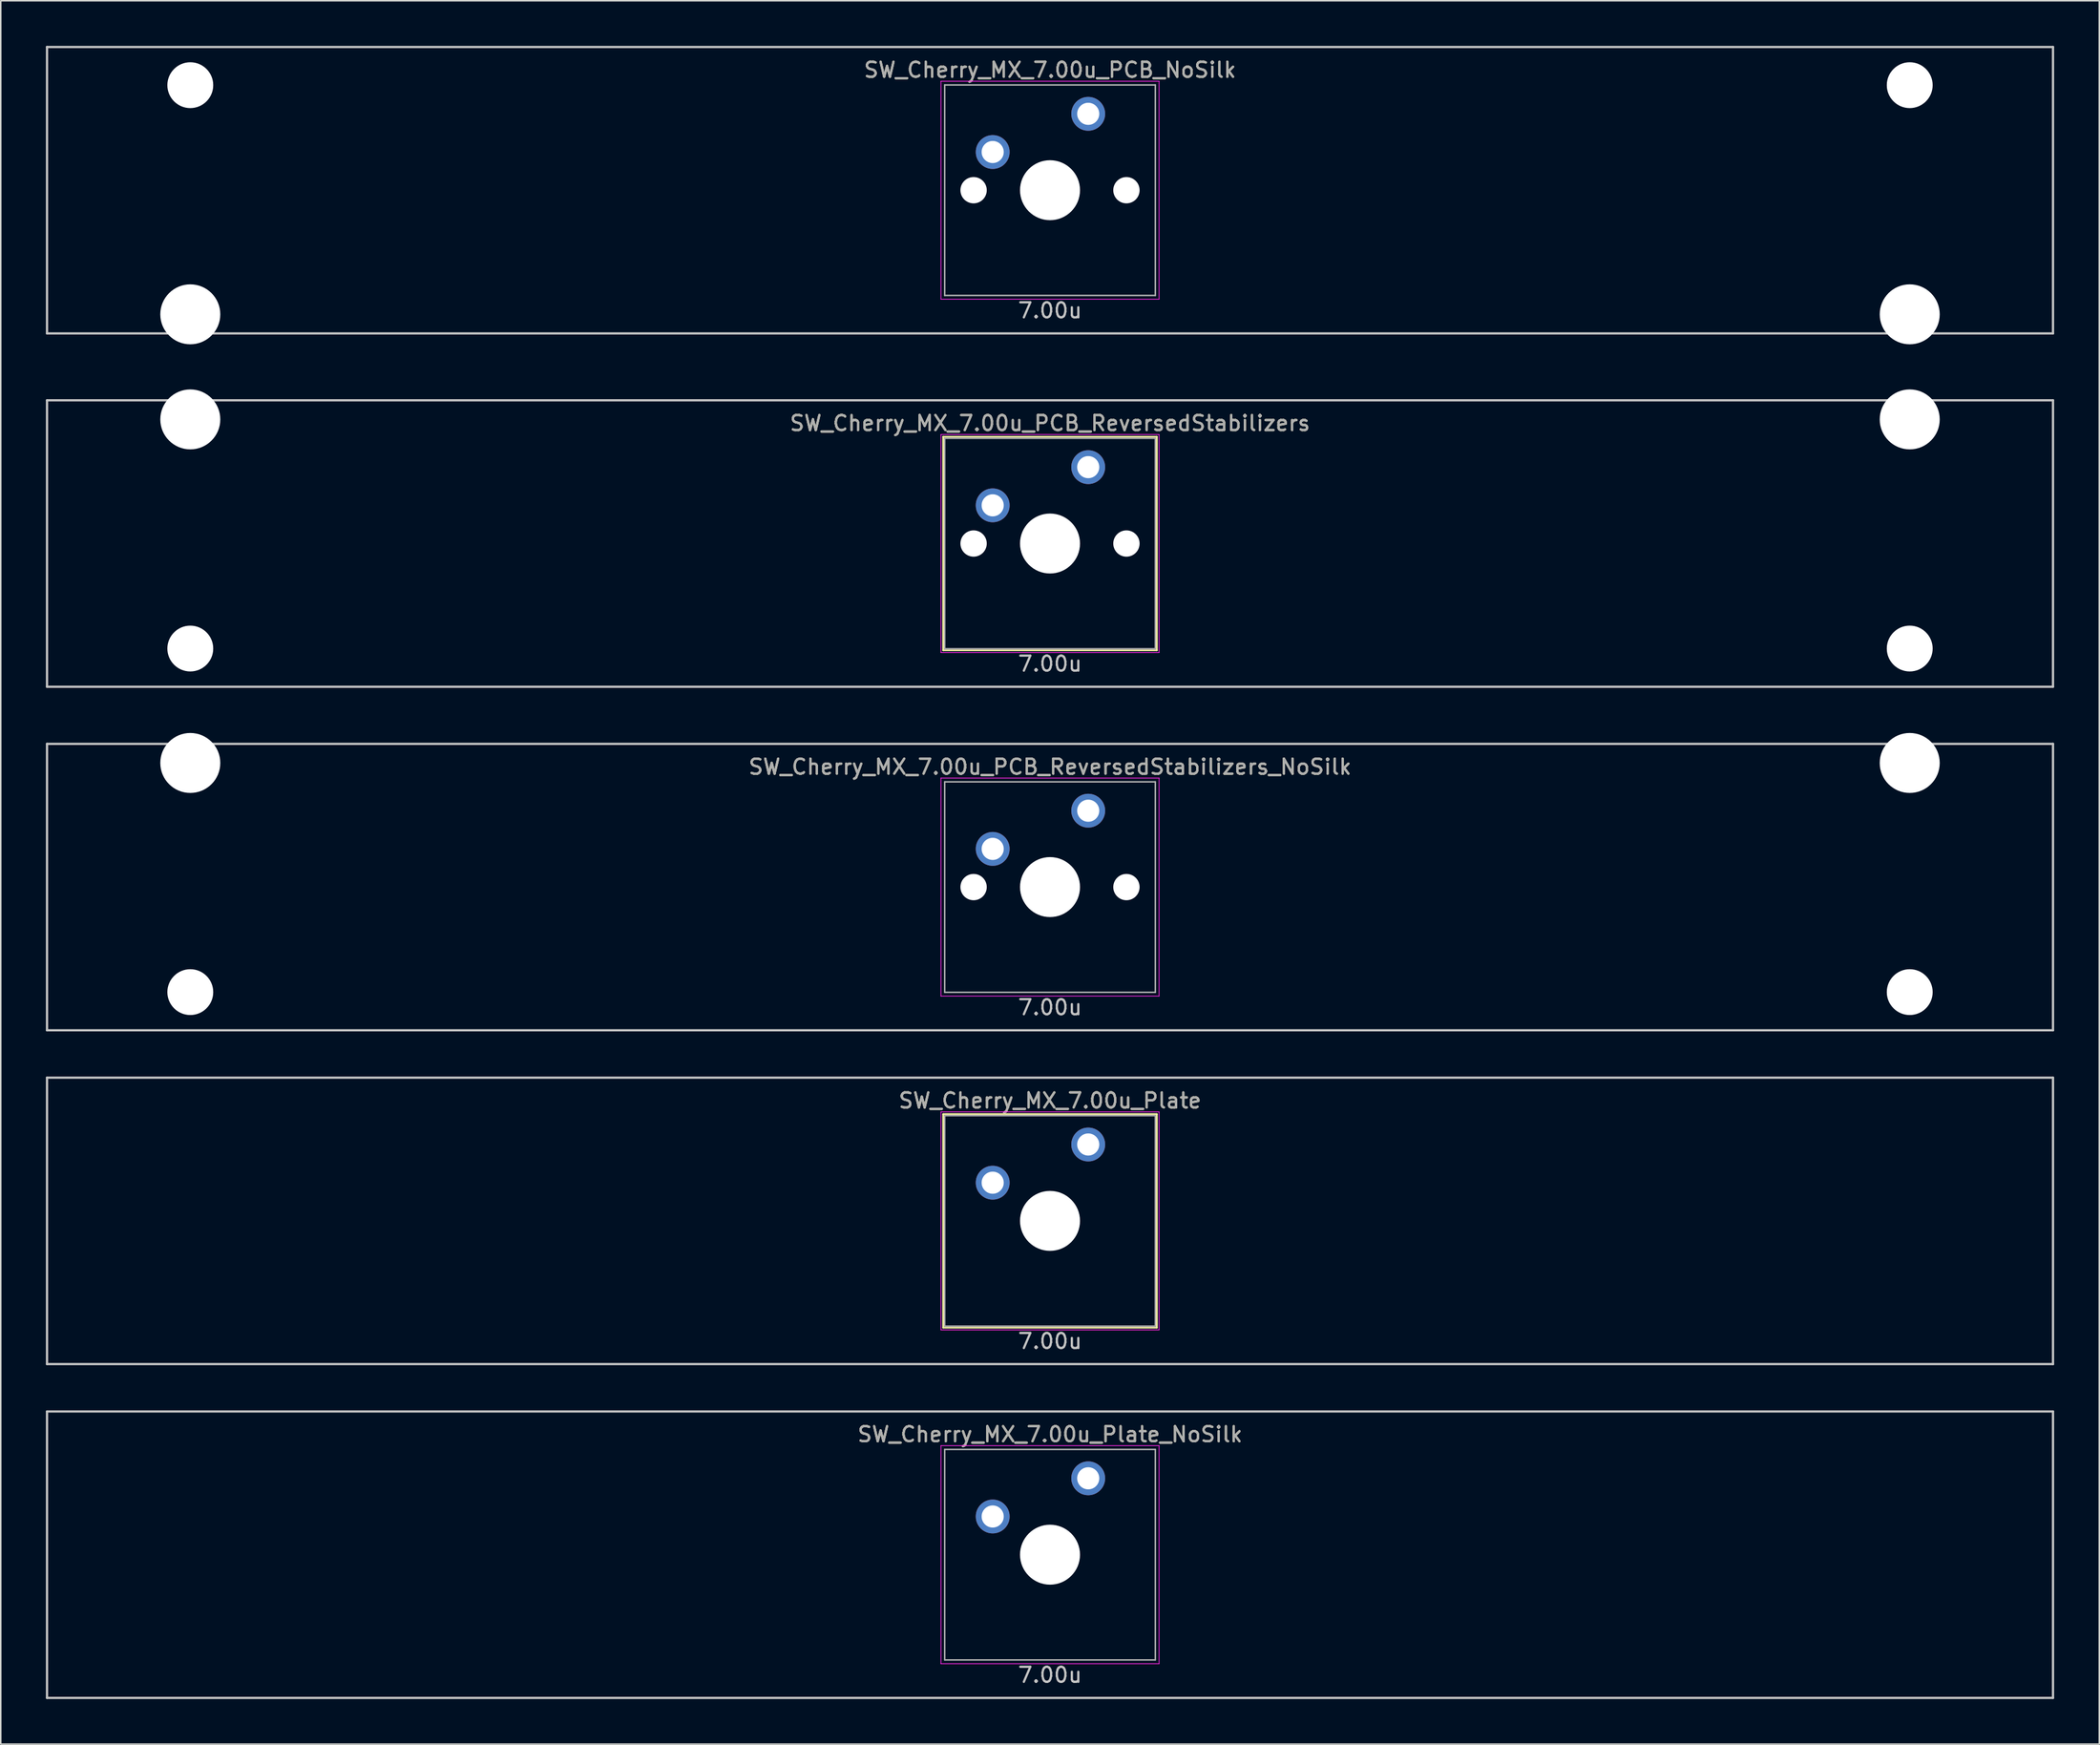
<source format=kicad_pcb>
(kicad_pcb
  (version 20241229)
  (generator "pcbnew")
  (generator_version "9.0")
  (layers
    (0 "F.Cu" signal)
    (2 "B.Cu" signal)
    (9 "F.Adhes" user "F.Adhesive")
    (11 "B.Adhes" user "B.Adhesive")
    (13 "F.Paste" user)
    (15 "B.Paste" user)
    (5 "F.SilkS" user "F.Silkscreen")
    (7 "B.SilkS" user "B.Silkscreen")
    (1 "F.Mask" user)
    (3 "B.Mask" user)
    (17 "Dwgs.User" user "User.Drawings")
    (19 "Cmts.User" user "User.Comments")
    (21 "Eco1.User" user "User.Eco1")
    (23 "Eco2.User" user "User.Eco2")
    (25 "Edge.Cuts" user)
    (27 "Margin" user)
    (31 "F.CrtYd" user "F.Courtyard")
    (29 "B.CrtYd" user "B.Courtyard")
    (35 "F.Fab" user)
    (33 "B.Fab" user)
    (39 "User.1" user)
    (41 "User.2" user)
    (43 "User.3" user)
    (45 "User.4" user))
  (footprint "SW_Cherry_MX_7.00u_PCB_ReversedStabilizers_NoSilk"
    (layer "F.Cu")
    (at 66.75 55.947)
    (property "Reference" "SW_Cherry_MX_7.00u_PCB_ReversedStabilizers_NoSilk" (at 0 -8 0) (layer "F.SilkS") (effects (font (size 1 1) (thickness 0.15))))
    (attr through_hole)
    (fp_line (start -66.675 -9.525) (end 66.675 -9.525) (stroke (width 0.15) (type solid)) (layer "Dwgs.User"))
    (fp_line (start -66.675 9.525) (end -66.675 -9.525) (stroke (width 0.15) (type solid)) (layer "Dwgs.User"))
    (fp_line (start -66.675 9.525) (end 66.675 9.525) (stroke (width 0.15) (type solid)) (layer "Dwgs.User"))
    (fp_line (start 66.675 -9.525) (end 66.675 9.525) (stroke (width 0.15) (type solid)) (layer "Dwgs.User"))
    (fp_line (start -7.25 -7.25) (end 7.25 -7.25) (stroke (width 0.05) (type solid)) (layer "F.CrtYd"))
    (fp_line (start -7.25 7.25) (end -7.25 -7.25) (stroke (width 0.05) (type solid)) (layer "F.CrtYd"))
    (fp_line (start 7.25 -7.25) (end 7.25 7.25) (stroke (width 0.05) (type solid)) (layer "F.CrtYd"))
    (fp_line (start 7.25 7.25) (end -7.25 7.25) (stroke (width 0.05) (type solid)) (layer "F.CrtYd"))
    (fp_line (start -7 -7) (end 7 -7) (stroke (width 0.1) (type solid)) (layer "F.Fab"))
    (fp_line (start -7 7) (end -7 -7) (stroke (width 0.1) (type solid)) (layer "F.Fab"))
    (fp_line (start 7 -7) (end 7 7) (stroke (width 0.1) (type solid)) (layer "F.Fab"))
    (fp_line (start 7 7) (end -7 7) (stroke (width 0.1) (type solid)) (layer "F.Fab"))
    (fp_text user "7.00u" (at 0 8 0) (layer "Dwgs.User") (effects (font (size 1 1) (thickness 0.15))))
    (fp_text user "${REFERENCE}" (at 0 -8 0) (layer "F.Fab") (effects (font (size 1 1) (thickness 0.15))))
    (pad "" np_thru_hole circle (at -57.15 -8.255) (size 3.988 3.988) (drill 3.988) (layers "*.Cu" "*.Mask"))
    (pad "" np_thru_hole circle (at -57.15 6.985) (size 3.048 3.048) (drill 3.048) (layers "*.Cu" "*.Mask"))
    (pad "" np_thru_hole circle (at -5.08 0 48.1) (size 1.75 1.75) (drill 1.75) (layers "*.Cu" "*.Mask"))
    (pad "" np_thru_hole circle (at 0 0) (size 3.988 3.988) (drill 3.988) (layers "*.Cu" "*.Mask"))
    (pad "" np_thru_hole circle (at 5.08 0 48.1) (size 1.75 1.75) (drill 1.75) (layers "*.Cu" "*.Mask"))
    (pad "" np_thru_hole circle (at 57.15 -8.255) (size 3.988 3.988) (drill 3.988) (layers "*.Cu" "*.Mask"))
    (pad "" np_thru_hole circle (at 57.15 6.985) (size 3.048 3.048) (drill 3.048) (layers "*.Cu" "*.Mask"))
    (pad "1" thru_hole circle (at -3.81 -2.54) (size 2.25 2.25) (drill 1.47) (layers "*.Cu" "B.Mask"))
    (pad "2" thru_hole circle (at 2.54 -5.08) (size 2.25 2.25) (drill 1.47) (layers "*.Cu" "B.Mask")))
  (footprint "SW_Cherry_MX_7.00u_PCB_ReversedStabilizers"
    (layer "F.Cu")
    (at 66.75 33.098)
    (property "Reference" "SW_Cherry_MX_7.00u_PCB_ReversedStabilizers" (at 0 -8 0) (layer "F.SilkS") (effects (font (size 1 1) (thickness 0.15))))
    (attr through_hole)
    (fp_line (start -7.1 -7.1) (end 7.1 -7.1) (stroke (width 0.12) (type solid)) (layer "F.SilkS"))
    (fp_line (start -7.1 7.1) (end -7.1 -7.1) (stroke (width 0.12) (type solid)) (layer "F.SilkS"))
    (fp_line (start 7.1 -7.1) (end 7.1 7.1) (stroke (width 0.12) (type solid)) (layer "F.SilkS"))
    (fp_line (start 7.1 7.1) (end -7.1 7.1) (stroke (width 0.12) (type solid)) (layer "F.SilkS"))
    (fp_line (start -66.675 -9.525) (end 66.675 -9.525) (stroke (width 0.15) (type solid)) (layer "Dwgs.User"))
    (fp_line (start -66.675 9.525) (end -66.675 -9.525) (stroke (width 0.15) (type solid)) (layer "Dwgs.User"))
    (fp_line (start -66.675 9.525) (end 66.675 9.525) (stroke (width 0.15) (type solid)) (layer "Dwgs.User"))
    (fp_line (start 66.675 -9.525) (end 66.675 9.525) (stroke (width 0.15) (type solid)) (layer "Dwgs.User"))
    (fp_line (start -7.25 -7.25) (end 7.25 -7.25) (stroke (width 0.05) (type solid)) (layer "F.CrtYd"))
    (fp_line (start -7.25 7.25) (end -7.25 -7.25) (stroke (width 0.05) (type solid)) (layer "F.CrtYd"))
    (fp_line (start 7.25 -7.25) (end 7.25 7.25) (stroke (width 0.05) (type solid)) (layer "F.CrtYd"))
    (fp_line (start 7.25 7.25) (end -7.25 7.25) (stroke (width 0.05) (type solid)) (layer "F.CrtYd"))
    (fp_line (start -7 -7) (end 7 -7) (stroke (width 0.1) (type solid)) (layer "F.Fab"))
    (fp_line (start -7 7) (end -7 -7) (stroke (width 0.1) (type solid)) (layer "F.Fab"))
    (fp_line (start 7 -7) (end 7 7) (stroke (width 0.1) (type solid)) (layer "F.Fab"))
    (fp_line (start 7 7) (end -7 7) (stroke (width 0.1) (type solid)) (layer "F.Fab"))
    (fp_text user "7.00u" (at 0 8 0) (layer "Dwgs.User") (effects (font (size 1 1) (thickness 0.15))))
    (fp_text user "${REFERENCE}" (at 0 -8 0) (layer "F.Fab") (effects (font (size 1 1) (thickness 0.15))))
    (pad "" np_thru_hole circle (at -57.15 -8.255) (size 3.988 3.988) (drill 3.988) (layers "*.Cu" "*.Mask"))
    (pad "" np_thru_hole circle (at -57.15 6.985) (size 3.048 3.048) (drill 3.048) (layers "*.Cu" "*.Mask"))
    (pad "" np_thru_hole circle (at -5.08 0 48.1) (size 1.75 1.75) (drill 1.75) (layers "*.Cu" "*.Mask"))
    (pad "" np_thru_hole circle (at 0 0) (size 3.988 3.988) (drill 3.988) (layers "*.Cu" "*.Mask"))
    (pad "" np_thru_hole circle (at 5.08 0 48.1) (size 1.75 1.75) (drill 1.75) (layers "*.Cu" "*.Mask"))
    (pad "" np_thru_hole circle (at 57.15 -8.255) (size 3.988 3.988) (drill 3.988) (layers "*.Cu" "*.Mask"))
    (pad "" np_thru_hole circle (at 57.15 6.985) (size 3.048 3.048) (drill 3.048) (layers "*.Cu" "*.Mask"))
    (pad "1" thru_hole circle (at -3.81 -2.54) (size 2.25 2.25) (drill 1.47) (layers "*.Cu" "B.Mask"))
    (pad "2" thru_hole circle (at 2.54 -5.08) (size 2.25 2.25) (drill 1.47) (layers "*.Cu" "B.Mask")))
  (footprint "SW_Cherry_MX_7.00u_Plate_NoSilk"
    (layer "F.Cu")
    (at 66.75 100.347)
    (property "Reference" "SW_Cherry_MX_7.00u_Plate_NoSilk" (at 0 -8 0) (layer "F.SilkS") (effects (font (size 1 1) (thickness 0.15))))
    (attr through_hole)
    (fp_line (start -66.675 -9.525) (end 66.675 -9.525) (stroke (width 0.15) (type solid)) (layer "Dwgs.User"))
    (fp_line (start -66.675 9.525) (end -66.675 -9.525) (stroke (width 0.15) (type solid)) (layer "Dwgs.User"))
    (fp_line (start -66.675 9.525) (end 66.675 9.525) (stroke (width 0.15) (type solid)) (layer "Dwgs.User"))
    (fp_line (start 66.675 -9.525) (end 66.675 9.525) (stroke (width 0.15) (type solid)) (layer "Dwgs.User"))
    (fp_line (start -7.25 -7.25) (end 7.25 -7.25) (stroke (width 0.05) (type solid)) (layer "F.CrtYd"))
    (fp_line (start -7.25 7.25) (end -7.25 -7.25) (stroke (width 0.05) (type solid)) (layer "F.CrtYd"))
    (fp_line (start 7.25 -7.25) (end 7.25 7.25) (stroke (width 0.05) (type solid)) (layer "F.CrtYd"))
    (fp_line (start 7.25 7.25) (end -7.25 7.25) (stroke (width 0.05) (type solid)) (layer "F.CrtYd"))
    (fp_line (start -7 -7) (end 7 -7) (stroke (width 0.1) (type solid)) (layer "F.Fab"))
    (fp_line (start -7 7) (end -7 -7) (stroke (width 0.1) (type solid)) (layer "F.Fab"))
    (fp_line (start 7 -7) (end 7 7) (stroke (width 0.1) (type solid)) (layer "F.Fab"))
    (fp_line (start 7 7) (end -7 7) (stroke (width 0.1) (type solid)) (layer "F.Fab"))
    (fp_text user "7.00u" (at 0 8 0) (layer "Dwgs.User") (effects (font (size 1 1) (thickness 0.15))))
    (fp_text user "${REFERENCE}" (at 0 -8 0) (layer "F.Fab") (effects (font (size 1 1) (thickness 0.15))))
    (pad "" np_thru_hole circle (at 0 0) (size 3.988 3.988) (drill 3.988) (layers "*.Cu" "*.Mask"))
    (pad "1" thru_hole circle (at -3.81 -2.54) (size 2.25 2.25) (drill 1.47) (layers "*.Cu" "B.Mask"))
    (pad "2" thru_hole circle (at 2.54 -5.08) (size 2.25 2.25) (drill 1.47) (layers "*.Cu" "B.Mask")))
  (footprint "SW_Cherry_MX_7.00u_Plate"
    (layer "F.Cu")
    (at 66.75 78.147)
    (property "Reference" "SW_Cherry_MX_7.00u_Plate" (at 0 -8 0) (layer "F.SilkS") (effects (font (size 1 1) (thickness 0.15))))
    (attr through_hole)
    (fp_line (start -7.1 -7.1) (end 7.1 -7.1) (stroke (width 0.12) (type solid)) (layer "F.SilkS"))
    (fp_line (start -7.1 7.1) (end -7.1 -7.1) (stroke (width 0.12) (type solid)) (layer "F.SilkS"))
    (fp_line (start 7.1 -7.1) (end 7.1 7.1) (stroke (width 0.12) (type solid)) (layer "F.SilkS"))
    (fp_line (start 7.1 7.1) (end -7.1 7.1) (stroke (width 0.12) (type solid)) (layer "F.SilkS"))
    (fp_line (start -66.675 -9.525) (end 66.675 -9.525) (stroke (width 0.15) (type solid)) (layer "Dwgs.User"))
    (fp_line (start -66.675 9.525) (end -66.675 -9.525) (stroke (width 0.15) (type solid)) (layer "Dwgs.User"))
    (fp_line (start -66.675 9.525) (end 66.675 9.525) (stroke (width 0.15) (type solid)) (layer "Dwgs.User"))
    (fp_line (start 66.675 -9.525) (end 66.675 9.525) (stroke (width 0.15) (type solid)) (layer "Dwgs.User"))
    (fp_line (start -7.25 -7.25) (end 7.25 -7.25) (stroke (width 0.05) (type solid)) (layer "F.CrtYd"))
    (fp_line (start -7.25 7.25) (end -7.25 -7.25) (stroke (width 0.05) (type solid)) (layer "F.CrtYd"))
    (fp_line (start 7.25 -7.25) (end 7.25 7.25) (stroke (width 0.05) (type solid)) (layer "F.CrtYd"))
    (fp_line (start 7.25 7.25) (end -7.25 7.25) (stroke (width 0.05) (type solid)) (layer "F.CrtYd"))
    (fp_line (start -7 -7) (end 7 -7) (stroke (width 0.1) (type solid)) (layer "F.Fab"))
    (fp_line (start -7 7) (end -7 -7) (stroke (width 0.1) (type solid)) (layer "F.Fab"))
    (fp_line (start 7 -7) (end 7 7) (stroke (width 0.1) (type solid)) (layer "F.Fab"))
    (fp_line (start 7 7) (end -7 7) (stroke (width 0.1) (type solid)) (layer "F.Fab"))
    (fp_text user "7.00u" (at 0 8 0) (layer "Dwgs.User") (effects (font (size 1 1) (thickness 0.15))))
    (fp_text user "${REFERENCE}" (at 0 -8 0) (layer "F.Fab") (effects (font (size 1 1) (thickness 0.15))))
    (pad "" np_thru_hole circle (at 0 0) (size 3.988 3.988) (drill 3.988) (layers "*.Cu" "*.Mask"))
    (pad "1" thru_hole circle (at -3.81 -2.54) (size 2.25 2.25) (drill 1.47) (layers "*.Cu" "B.Mask"))
    (pad "2" thru_hole circle (at 2.54 -5.08) (size 2.25 2.25) (drill 1.47) (layers "*.Cu" "B.Mask")))
  (footprint "SW_Cherry_MX_7.00u_PCB_NoSilk"
    (layer "F.Cu")
    (at 66.75 9.6)
    (property "Reference" "SW_Cherry_MX_7.00u_PCB_NoSilk" (at 0 -8 0) (layer "F.SilkS") (effects (font (size 1 1) (thickness 0.15))))
    (attr through_hole)
    (fp_line (start -66.675 -9.525) (end 66.675 -9.525) (stroke (width 0.15) (type solid)) (layer "Dwgs.User"))
    (fp_line (start -66.675 9.525) (end -66.675 -9.525) (stroke (width 0.15) (type solid)) (layer "Dwgs.User"))
    (fp_line (start -66.675 9.525) (end 66.675 9.525) (stroke (width 0.15) (type solid)) (layer "Dwgs.User"))
    (fp_line (start 66.675 -9.525) (end 66.675 9.525) (stroke (width 0.15) (type solid)) (layer "Dwgs.User"))
    (fp_line (start -7.25 -7.25) (end 7.25 -7.25) (stroke (width 0.05) (type solid)) (layer "F.CrtYd"))
    (fp_line (start -7.25 7.25) (end -7.25 -7.25) (stroke (width 0.05) (type solid)) (layer "F.CrtYd"))
    (fp_line (start 7.25 -7.25) (end 7.25 7.25) (stroke (width 0.05) (type solid)) (layer "F.CrtYd"))
    (fp_line (start 7.25 7.25) (end -7.25 7.25) (stroke (width 0.05) (type solid)) (layer "F.CrtYd"))
    (fp_line (start -7 -7) (end 7 -7) (stroke (width 0.1) (type solid)) (layer "F.Fab"))
    (fp_line (start -7 7) (end -7 -7) (stroke (width 0.1) (type solid)) (layer "F.Fab"))
    (fp_line (start 7 -7) (end 7 7) (stroke (width 0.1) (type solid)) (layer "F.Fab"))
    (fp_line (start 7 7) (end -7 7) (stroke (width 0.1) (type solid)) (layer "F.Fab"))
    (fp_text user "7.00u" (at 0 8 0) (layer "Dwgs.User") (effects (font (size 1 1) (thickness 0.15))))
    (fp_text user "${REFERENCE}" (at 0 -8 0) (layer "F.Fab") (effects (font (size 1 1) (thickness 0.15))))
    (pad "" np_thru_hole circle (at -57.15 -6.985) (size 3.048 3.048) (drill 3.048) (layers "*.Cu" "*.Mask"))
    (pad "" np_thru_hole circle (at -57.15 8.255) (size 3.988 3.988) (drill 3.988) (layers "*.Cu" "*.Mask"))
    (pad "" np_thru_hole circle (at -5.08 0 48.1) (size 1.75 1.75) (drill 1.75) (layers "*.Cu" "*.Mask"))
    (pad "" np_thru_hole circle (at 0 0) (size 3.988 3.988) (drill 3.988) (layers "*.Cu" "*.Mask"))
    (pad "" np_thru_hole circle (at 5.08 0 48.1) (size 1.75 1.75) (drill 1.75) (layers "*.Cu" "*.Mask"))
    (pad "" np_thru_hole circle (at 57.15 -6.985) (size 3.048 3.048) (drill 3.048) (layers "*.Cu" "*.Mask"))
    (pad "" np_thru_hole circle (at 57.15 8.255) (size 3.988 3.988) (drill 3.988) (layers "*.Cu" "*.Mask"))
    (pad "1" thru_hole circle (at -3.81 -2.54) (size 2.25 2.25) (drill 1.47) (layers "*.Cu" "B.Mask"))
    (pad "2" thru_hole circle (at 2.54 -5.08) (size 2.25 2.25) (drill 1.47) (layers "*.Cu" "B.Mask")))
  (gr_rect
    (start -3 -3)
    (end 136.5 112.947)
    (stroke (width 0.1) (type default))
    (fill no)
    (layer "Edge.Cuts")))
</source>
